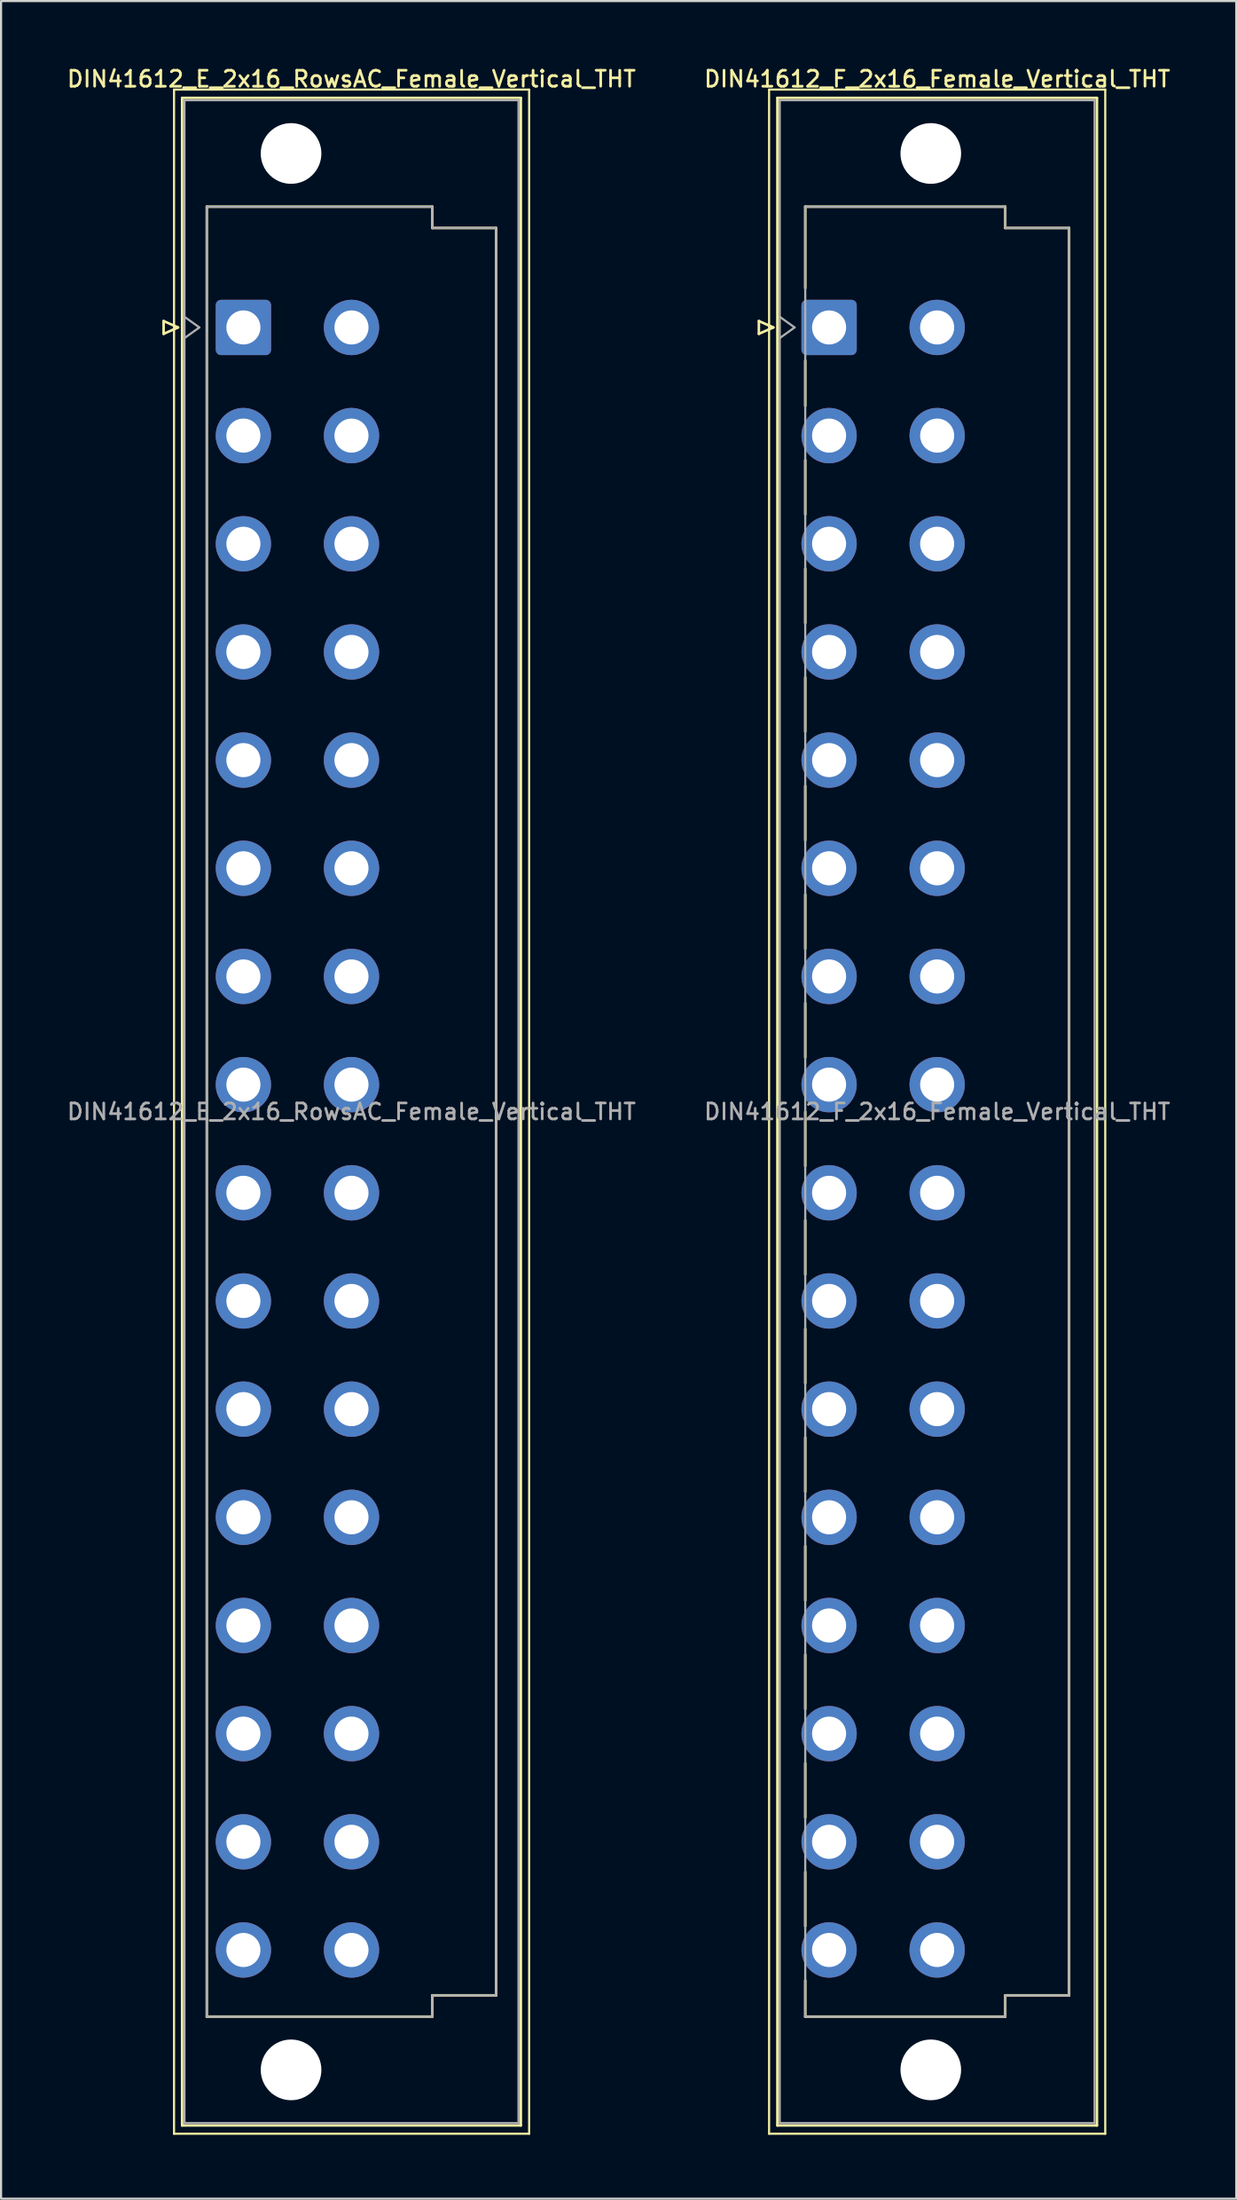
<source format=kicad_pcb>
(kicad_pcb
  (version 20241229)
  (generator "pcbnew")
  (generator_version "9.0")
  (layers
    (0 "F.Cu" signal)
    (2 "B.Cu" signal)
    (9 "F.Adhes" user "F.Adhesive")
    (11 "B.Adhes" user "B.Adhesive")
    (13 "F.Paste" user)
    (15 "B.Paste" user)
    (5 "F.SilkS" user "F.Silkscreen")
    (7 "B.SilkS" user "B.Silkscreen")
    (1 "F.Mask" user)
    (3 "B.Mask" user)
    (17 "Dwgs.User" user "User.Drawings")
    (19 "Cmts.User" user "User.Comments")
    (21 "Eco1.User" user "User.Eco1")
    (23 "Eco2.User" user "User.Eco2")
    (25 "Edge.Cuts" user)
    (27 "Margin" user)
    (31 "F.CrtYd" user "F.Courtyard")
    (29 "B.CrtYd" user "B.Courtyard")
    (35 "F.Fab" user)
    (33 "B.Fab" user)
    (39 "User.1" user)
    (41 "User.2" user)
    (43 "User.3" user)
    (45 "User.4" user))
  (footprint "DIN41612_F_2x16_Female_Vertical_THT"
    (layer "F.Cu")
    (at 38.458 9.788)
    (property "Reference" "DIN41612_F_2x16_Female_Vertical_THT" (at 2.54 -9.13 0) (layer "F.SilkS") (effects (font (size 0.75 0.75) (thickness 0.125))))
    (attr through_hole)
    (fp_line (start -5.84 2.24) (end -5.84 2.84) (stroke (width 0.12) (type solid)) (layer "F.SilkS"))
    (fp_line (start -5.84 2.84) (end -5.16 2.54) (stroke (width 0.12) (type solid)) (layer "F.SilkS"))
    (fp_line (start -5.36 -8.63) (end 10.44 -8.63) (stroke (width 0.1) (type solid)) (layer "F.SilkS"))
    (fp_line (start -5.36 87.37) (end -5.36 -8.63) (stroke (width 0.1) (type solid)) (layer "F.SilkS"))
    (fp_line (start -5.16 2.54) (end -5.84 2.24) (stroke (width 0.12) (type solid)) (layer "F.SilkS"))
    (fp_line (start -4.97 -8.24) (end 10.05 -8.24) (stroke (width 0.12) (type solid)) (layer "F.SilkS"))
    (fp_line (start -4.97 86.98) (end -4.97 -8.24) (stroke (width 0.12) (type solid)) (layer "F.SilkS"))
    (fp_line (start -3.66 -3.131) (end 5.74 -3.131) (stroke (width 0.12) (type solid)) (layer "F.SilkS"))
    (fp_line (start -3.66 0.696) (end -3.66 -3.131) (stroke (width 0.12) (type solid)) (layer "F.SilkS"))
    (fp_line (start -3.66 6.221) (end -3.66 4.096) (stroke (width 0.12) (type solid)) (layer "F.SilkS"))
    (fp_line (start -3.66 11.321) (end -3.66 8.771) (stroke (width 0.12) (type solid)) (layer "F.SilkS"))
    (fp_line (start -3.66 16.421) (end -3.66 13.871) (stroke (width 0.12) (type solid)) (layer "F.SilkS"))
    (fp_line (start -3.66 21.521) (end -3.66 18.971) (stroke (width 0.12) (type solid)) (layer "F.SilkS"))
    (fp_line (start -3.66 26.621) (end -3.66 24.071) (stroke (width 0.12) (type solid)) (layer "F.SilkS"))
    (fp_line (start -3.66 31.721) (end -3.66 29.171) (stroke (width 0.12) (type solid)) (layer "F.SilkS"))
    (fp_line (start -3.66 36.821) (end -3.66 34.271) (stroke (width 0.12) (type solid)) (layer "F.SilkS"))
    (fp_line (start -3.66 41.921) (end -3.66 39.371) (stroke (width 0.12) (type solid)) (layer "F.SilkS"))
    (fp_line (start -3.66 47.021) (end -3.66 44.471) (stroke (width 0.12) (type solid)) (layer "F.SilkS"))
    (fp_line (start -3.66 52.121) (end -3.66 49.571) (stroke (width 0.12) (type solid)) (layer "F.SilkS"))
    (fp_line (start -3.66 57.221) (end -3.66 54.671) (stroke (width 0.12) (type solid)) (layer "F.SilkS"))
    (fp_line (start -3.66 62.321) (end -3.66 59.771) (stroke (width 0.12) (type solid)) (layer "F.SilkS"))
    (fp_line (start -3.66 67.421) (end -3.66 64.871) (stroke (width 0.12) (type solid)) (layer "F.SilkS"))
    (fp_line (start -3.66 72.521) (end -3.66 69.971) (stroke (width 0.12) (type solid)) (layer "F.SilkS"))
    (fp_line (start -3.66 77.621) (end -3.66 75.071) (stroke (width 0.12) (type solid)) (layer "F.SilkS"))
    (fp_line (start -3.66 81.87) (end -3.66 80.171) (stroke (width 0.12) (type solid)) (layer "F.SilkS"))
    (fp_line (start 5.74 -3.131) (end 5.74 -2.131) (stroke (width 0.12) (type solid)) (layer "F.SilkS"))
    (fp_line (start 5.74 -2.131) (end 8.74 -2.131) (stroke (width 0.12) (type solid)) (layer "F.SilkS"))
    (fp_line (start 5.74 80.87) (end 5.74 81.87) (stroke (width 0.12) (type solid)) (layer "F.SilkS"))
    (fp_line (start 5.74 81.87) (end -3.66 81.87) (stroke (width 0.12) (type solid)) (layer "F.SilkS"))
    (fp_line (start 8.74 -2.131) (end 8.74 80.87) (stroke (width 0.12) (type solid)) (layer "F.SilkS"))
    (fp_line (start 8.74 80.87) (end 5.74 80.87) (stroke (width 0.12) (type solid)) (layer "F.SilkS"))
    (fp_line (start 10.05 -8.24) (end 10.05 86.98) (stroke (width 0.12) (type solid)) (layer "F.SilkS"))
    (fp_line (start 10.05 86.98) (end -4.97 86.98) (stroke (width 0.12) (type solid)) (layer "F.SilkS"))
    (fp_line (start 10.44 -8.63) (end 10.44 87.37) (stroke (width 0.1) (type solid)) (layer "F.SilkS"))
    (fp_line (start 10.44 87.37) (end -5.36 87.37) (stroke (width 0.1) (type solid)) (layer "F.SilkS"))
    (fp_line (start -4.86 -8.13) (end 9.94 -8.13) (stroke (width 0.1) (type solid)) (layer "F.Fab"))
    (fp_line (start -4.86 2.04) (end -4.16 2.54) (stroke (width 0.1) (type solid)) (layer "F.Fab"))
    (fp_line (start -4.86 86.87) (end -4.86 -8.13) (stroke (width 0.1) (type solid)) (layer "F.Fab"))
    (fp_line (start -4.16 2.54) (end -4.86 3.04) (stroke (width 0.1) (type solid)) (layer "F.Fab"))
    (fp_line (start -3.66 -3.13) (end 5.74 -3.13) (stroke (width 0.1) (type solid)) (layer "F.Fab"))
    (fp_line (start -3.66 81.87) (end -3.66 -3.13) (stroke (width 0.1) (type solid)) (layer "F.Fab"))
    (fp_line (start 5.74 -3.13) (end 5.74 -2.13) (stroke (width 0.1) (type solid)) (layer "F.Fab"))
    (fp_line (start 5.74 -2.13) (end 8.74 -2.13) (stroke (width 0.1) (type solid)) (layer "F.Fab"))
    (fp_line (start 5.74 80.87) (end 5.74 81.87) (stroke (width 0.1) (type solid)) (layer "F.Fab"))
    (fp_line (start 5.74 81.87) (end -3.66 81.87) (stroke (width 0.1) (type solid)) (layer "F.Fab"))
    (fp_line (start 8.74 -2.13) (end 8.74 80.87) (stroke (width 0.1) (type solid)) (layer "F.Fab"))
    (fp_line (start 8.74 80.87) (end 5.74 80.87) (stroke (width 0.1) (type solid)) (layer "F.Fab"))
    (fp_line (start 9.94 -8.13) (end 9.94 86.87) (stroke (width 0.1) (type solid)) (layer "F.Fab"))
    (fp_line (start 9.94 86.87) (end -4.86 86.87) (stroke (width 0.1) (type solid)) (layer "F.Fab"))
    (fp_text user "${REFERENCE}" (at 2.54 39.37 0) (layer "F.Fab") (effects (font (size 0.75 0.75) (thickness 0.125))))
    (pad "" np_thru_hole circle (at 2.24 -5.63) (size 2.85 2.85) (drill 2.85) (layers "*.Cu" "*.Mask"))
    (pad "" np_thru_hole circle (at 2.24 84.37) (size 2.85 2.85) (drill 2.85) (layers "*.Cu" "*.Mask"))
    (pad "b2" thru_hole circle (at 2.54 2.54) (size 2.6 2.6) (drill 1.6) (layers "*.Cu" "*.Mask"))
    (pad "b4" thru_hole circle (at 2.54 7.62) (size 2.6 2.6) (drill 1.6) (layers "*.Cu" "*.Mask"))
    (pad "b6" thru_hole circle (at 2.54 12.7) (size 2.6 2.6) (drill 1.6) (layers "*.Cu" "*.Mask"))
    (pad "b8" thru_hole circle (at 2.54 17.78) (size 2.6 2.6) (drill 1.6) (layers "*.Cu" "*.Mask"))
    (pad "b10" thru_hole circle (at 2.54 22.86) (size 2.6 2.6) (drill 1.6) (layers "*.Cu" "*.Mask"))
    (pad "b12" thru_hole circle (at 2.54 27.94) (size 2.6 2.6) (drill 1.6) (layers "*.Cu" "*.Mask"))
    (pad "b14" thru_hole circle (at 2.54 33.02) (size 2.6 2.6) (drill 1.6) (layers "*.Cu" "*.Mask"))
    (pad "b16" thru_hole circle (at 2.54 38.1) (size 2.6 2.6) (drill 1.6) (layers "*.Cu" "*.Mask"))
    (pad "b18" thru_hole circle (at 2.54 43.18) (size 2.6 2.6) (drill 1.6) (layers "*.Cu" "*.Mask"))
    (pad "b20" thru_hole circle (at 2.54 48.26) (size 2.6 2.6) (drill 1.6) (layers "*.Cu" "*.Mask"))
    (pad "b22" thru_hole circle (at 2.54 53.34) (size 2.6 2.6) (drill 1.6) (layers "*.Cu" "*.Mask"))
    (pad "b24" thru_hole circle (at 2.54 58.42) (size 2.6 2.6) (drill 1.6) (layers "*.Cu" "*.Mask"))
    (pad "b26" thru_hole circle (at 2.54 63.5) (size 2.6 2.6) (drill 1.6) (layers "*.Cu" "*.Mask"))
    (pad "b28" thru_hole circle (at 2.54 68.58) (size 2.6 2.6) (drill 1.6) (layers "*.Cu" "*.Mask"))
    (pad "b30" thru_hole circle (at 2.54 73.66) (size 2.6 2.6) (drill 1.6) (layers "*.Cu" "*.Mask"))
    (pad "b32" thru_hole circle (at 2.54 78.74) (size 2.6 2.6) (drill 1.6) (layers "*.Cu" "*.Mask"))
    (pad "z2" thru_hole roundrect (at -2.54 2.54) (size 2.6 2.6) (drill 1.6) (layers "*.Cu" "*.Mask") (roundrect_rratio 0.096))
    (pad "z4" thru_hole circle (at -2.54 7.62) (size 2.6 2.6) (drill 1.6) (layers "*.Cu" "*.Mask"))
    (pad "z6" thru_hole circle (at -2.54 12.7) (size 2.6 2.6) (drill 1.6) (layers "*.Cu" "*.Mask"))
    (pad "z8" thru_hole circle (at -2.54 17.78) (size 2.6 2.6) (drill 1.6) (layers "*.Cu" "*.Mask"))
    (pad "z10" thru_hole circle (at -2.54 22.86) (size 2.6 2.6) (drill 1.6) (layers "*.Cu" "*.Mask"))
    (pad "z12" thru_hole circle (at -2.54 27.94) (size 2.6 2.6) (drill 1.6) (layers "*.Cu" "*.Mask"))
    (pad "z14" thru_hole circle (at -2.54 33.02) (size 2.6 2.6) (drill 1.6) (layers "*.Cu" "*.Mask"))
    (pad "z16" thru_hole circle (at -2.54 38.1) (size 2.6 2.6) (drill 1.6) (layers "*.Cu" "*.Mask"))
    (pad "z18" thru_hole circle (at -2.54 43.18) (size 2.6 2.6) (drill 1.6) (layers "*.Cu" "*.Mask"))
    (pad "z20" thru_hole circle (at -2.54 48.26) (size 2.6 2.6) (drill 1.6) (layers "*.Cu" "*.Mask"))
    (pad "z22" thru_hole circle (at -2.54 53.34) (size 2.6 2.6) (drill 1.6) (layers "*.Cu" "*.Mask"))
    (pad "z24" thru_hole circle (at -2.54 58.42) (size 2.6 2.6) (drill 1.6) (layers "*.Cu" "*.Mask"))
    (pad "z26" thru_hole circle (at -2.54 63.5) (size 2.6 2.6) (drill 1.6) (layers "*.Cu" "*.Mask"))
    (pad "z28" thru_hole circle (at -2.54 68.58) (size 2.6 2.6) (drill 1.6) (layers "*.Cu" "*.Mask"))
    (pad "z30" thru_hole circle (at -2.54 73.66) (size 2.6 2.6) (drill 1.6) (layers "*.Cu" "*.Mask"))
    (pad "z32" thru_hole circle (at -2.54 78.74) (size 2.6 2.6) (drill 1.6) (layers "*.Cu" "*.Mask")))
  (footprint "DIN41612_E_2x16_RowsAC_Female_Vertical_THT"
    (layer "F.Cu")
    (at 8.39 9.788)
    (property "Reference" "DIN41612_E_2x16_RowsAC_Female_Vertical_THT" (at 5.08 -9.13 0) (layer "F.SilkS") (effects (font (size 0.75 0.75) (thickness 0.125))))
    (attr through_hole)
    (fp_line (start -3.75 2.24) (end -3.75 2.84) (stroke (width 0.12) (type solid)) (layer "F.SilkS"))
    (fp_line (start -3.75 2.84) (end -3.07 2.54) (stroke (width 0.12) (type solid)) (layer "F.SilkS"))
    (fp_line (start -3.26 -8.63) (end 13.43 -8.63) (stroke (width 0.1) (type solid)) (layer "F.SilkS"))
    (fp_line (start -3.26 87.37) (end -3.26 -8.63) (stroke (width 0.1) (type solid)) (layer "F.SilkS"))
    (fp_line (start -3.07 2.54) (end -3.75 2.24) (stroke (width 0.12) (type solid)) (layer "F.SilkS"))
    (fp_line (start -2.88 -8.24) (end 13.04 -8.24) (stroke (width 0.12) (type solid)) (layer "F.SilkS"))
    (fp_line (start -2.88 86.98) (end -2.88 -8.24) (stroke (width 0.12) (type solid)) (layer "F.SilkS"))
    (fp_line (start -1.72 -3.131) (end 8.88 -3.131) (stroke (width 0.12) (type solid)) (layer "F.SilkS"))
    (fp_line (start -1.72 81.87) (end -1.72 -3.131) (stroke (width 0.12) (type solid)) (layer "F.SilkS"))
    (fp_line (start 8.88 -3.131) (end 8.88 -2.131) (stroke (width 0.12) (type solid)) (layer "F.SilkS"))
    (fp_line (start 8.88 -2.131) (end 11.88 -2.131) (stroke (width 0.12) (type solid)) (layer "F.SilkS"))
    (fp_line (start 8.88 80.87) (end 8.88 81.87) (stroke (width 0.12) (type solid)) (layer "F.SilkS"))
    (fp_line (start 8.88 81.87) (end -1.72 81.87) (stroke (width 0.12) (type solid)) (layer "F.SilkS"))
    (fp_line (start 11.88 -2.131) (end 11.88 80.87) (stroke (width 0.12) (type solid)) (layer "F.SilkS"))
    (fp_line (start 11.88 80.87) (end 8.88 80.87) (stroke (width 0.12) (type solid)) (layer "F.SilkS"))
    (fp_line (start 13.04 -8.24) (end 13.04 86.98) (stroke (width 0.12) (type solid)) (layer "F.SilkS"))
    (fp_line (start 13.04 86.98) (end -2.88 86.98) (stroke (width 0.12) (type solid)) (layer "F.SilkS"))
    (fp_line (start 13.43 -8.63) (end 13.43 87.37) (stroke (width 0.1) (type solid)) (layer "F.SilkS"))
    (fp_line (start 13.43 87.37) (end -3.26 87.37) (stroke (width 0.1) (type solid)) (layer "F.SilkS"))
    (fp_line (start -2.77 -8.13) (end 12.93 -8.13) (stroke (width 0.1) (type solid)) (layer "F.Fab"))
    (fp_line (start -2.77 2.04) (end -2.07 2.54) (stroke (width 0.1) (type solid)) (layer "F.Fab"))
    (fp_line (start -2.77 86.87) (end -2.77 -8.13) (stroke (width 0.1) (type solid)) (layer "F.Fab"))
    (fp_line (start -2.07 2.54) (end -2.77 3.04) (stroke (width 0.1) (type solid)) (layer "F.Fab"))
    (fp_line (start -1.72 -3.13) (end 8.88 -3.13) (stroke (width 0.1) (type solid)) (layer "F.Fab"))
    (fp_line (start -1.72 81.87) (end -1.72 -3.13) (stroke (width 0.1) (type solid)) (layer "F.Fab"))
    (fp_line (start 8.88 -3.13) (end 8.88 -2.13) (stroke (width 0.1) (type solid)) (layer "F.Fab"))
    (fp_line (start 8.88 -2.13) (end 11.88 -2.13) (stroke (width 0.1) (type solid)) (layer "F.Fab"))
    (fp_line (start 8.88 80.87) (end 8.88 81.87) (stroke (width 0.1) (type solid)) (layer "F.Fab"))
    (fp_line (start 8.88 81.87) (end -1.72 81.87) (stroke (width 0.1) (type solid)) (layer "F.Fab"))
    (fp_line (start 11.88 -2.13) (end 11.88 80.87) (stroke (width 0.1) (type solid)) (layer "F.Fab"))
    (fp_line (start 11.88 80.87) (end 8.88 80.87) (stroke (width 0.1) (type solid)) (layer "F.Fab"))
    (fp_line (start 12.93 -8.13) (end 12.93 86.87) (stroke (width 0.1) (type solid)) (layer "F.Fab"))
    (fp_line (start 12.93 86.87) (end -2.77 86.87) (stroke (width 0.1) (type solid)) (layer "F.Fab"))
    (fp_text user "${REFERENCE}" (at 5.08 39.37 0) (layer "F.Fab") (effects (font (size 0.75 0.75) (thickness 0.125))))
    (pad "" np_thru_hole circle (at 2.24 -5.63) (size 2.85 2.85) (drill 2.85) (layers "*.Cu" "*.Mask"))
    (pad "" np_thru_hole circle (at 2.24 84.37) (size 2.85 2.85) (drill 2.85) (layers "*.Cu" "*.Mask"))
    (pad "a2" thru_hole roundrect (at 0 2.54) (size 2.6 2.6) (drill 1.6) (layers "*.Cu" "*.Mask") (roundrect_rratio 0.096))
    (pad "a4" thru_hole circle (at 0 7.62) (size 2.6 2.6) (drill 1.6) (layers "*.Cu" "*.Mask"))
    (pad "a6" thru_hole circle (at 0 12.7) (size 2.6 2.6) (drill 1.6) (layers "*.Cu" "*.Mask"))
    (pad "a8" thru_hole circle (at 0 17.78) (size 2.6 2.6) (drill 1.6) (layers "*.Cu" "*.Mask"))
    (pad "a10" thru_hole circle (at 0 22.86) (size 2.6 2.6) (drill 1.6) (layers "*.Cu" "*.Mask"))
    (pad "a12" thru_hole circle (at 0 27.94) (size 2.6 2.6) (drill 1.6) (layers "*.Cu" "*.Mask"))
    (pad "a14" thru_hole circle (at 0 33.02) (size 2.6 2.6) (drill 1.6) (layers "*.Cu" "*.Mask"))
    (pad "a16" thru_hole circle (at 0 38.1) (size 2.6 2.6) (drill 1.6) (layers "*.Cu" "*.Mask"))
    (pad "a18" thru_hole circle (at 0 43.18) (size 2.6 2.6) (drill 1.6) (layers "*.Cu" "*.Mask"))
    (pad "a20" thru_hole circle (at 0 48.26) (size 2.6 2.6) (drill 1.6) (layers "*.Cu" "*.Mask"))
    (pad "a22" thru_hole circle (at 0 53.34) (size 2.6 2.6) (drill 1.6) (layers "*.Cu" "*.Mask"))
    (pad "a24" thru_hole circle (at 0 58.42) (size 2.6 2.6) (drill 1.6) (layers "*.Cu" "*.Mask"))
    (pad "a26" thru_hole circle (at 0 63.5) (size 2.6 2.6) (drill 1.6) (layers "*.Cu" "*.Mask"))
    (pad "a28" thru_hole circle (at 0 68.58) (size 2.6 2.6) (drill 1.6) (layers "*.Cu" "*.Mask"))
    (pad "a30" thru_hole circle (at 0 73.66) (size 2.6 2.6) (drill 1.6) (layers "*.Cu" "*.Mask"))
    (pad "a32" thru_hole circle (at 0 78.74) (size 2.6 2.6) (drill 1.6) (layers "*.Cu" "*.Mask"))
    (pad "c2" thru_hole circle (at 5.08 2.54) (size 2.6 2.6) (drill 1.6) (layers "*.Cu" "*.Mask"))
    (pad "c4" thru_hole circle (at 5.08 7.62) (size 2.6 2.6) (drill 1.6) (layers "*.Cu" "*.Mask"))
    (pad "c6" thru_hole circle (at 5.08 12.7) (size 2.6 2.6) (drill 1.6) (layers "*.Cu" "*.Mask"))
    (pad "c8" thru_hole circle (at 5.08 17.78) (size 2.6 2.6) (drill 1.6) (layers "*.Cu" "*.Mask"))
    (pad "c10" thru_hole circle (at 5.08 22.86) (size 2.6 2.6) (drill 1.6) (layers "*.Cu" "*.Mask"))
    (pad "c12" thru_hole circle (at 5.08 27.94) (size 2.6 2.6) (drill 1.6) (layers "*.Cu" "*.Mask"))
    (pad "c14" thru_hole circle (at 5.08 33.02) (size 2.6 2.6) (drill 1.6) (layers "*.Cu" "*.Mask"))
    (pad "c16" thru_hole circle (at 5.08 38.1) (size 2.6 2.6) (drill 1.6) (layers "*.Cu" "*.Mask"))
    (pad "c18" thru_hole circle (at 5.08 43.18) (size 2.6 2.6) (drill 1.6) (layers "*.Cu" "*.Mask"))
    (pad "c20" thru_hole circle (at 5.08 48.26) (size 2.6 2.6) (drill 1.6) (layers "*.Cu" "*.Mask"))
    (pad "c22" thru_hole circle (at 5.08 53.34) (size 2.6 2.6) (drill 1.6) (layers "*.Cu" "*.Mask"))
    (pad "c24" thru_hole circle (at 5.08 58.42) (size 2.6 2.6) (drill 1.6) (layers "*.Cu" "*.Mask"))
    (pad "c26" thru_hole circle (at 5.08 63.5) (size 2.6 2.6) (drill 1.6) (layers "*.Cu" "*.Mask"))
    (pad "c28" thru_hole circle (at 5.08 68.58) (size 2.6 2.6) (drill 1.6) (layers "*.Cu" "*.Mask"))
    (pad "c30" thru_hole circle (at 5.08 73.66) (size 2.6 2.6) (drill 1.6) (layers "*.Cu" "*.Mask"))
    (pad "c32" thru_hole circle (at 5.08 78.74) (size 2.6 2.6) (drill 1.6) (layers "*.Cu" "*.Mask")))
  (gr_rect
    (start -3 -3)
    (end 55.057 100.208)
    (stroke (width 0.1) (type default))
    (fill no)
    (layer "Edge.Cuts")))
</source>
